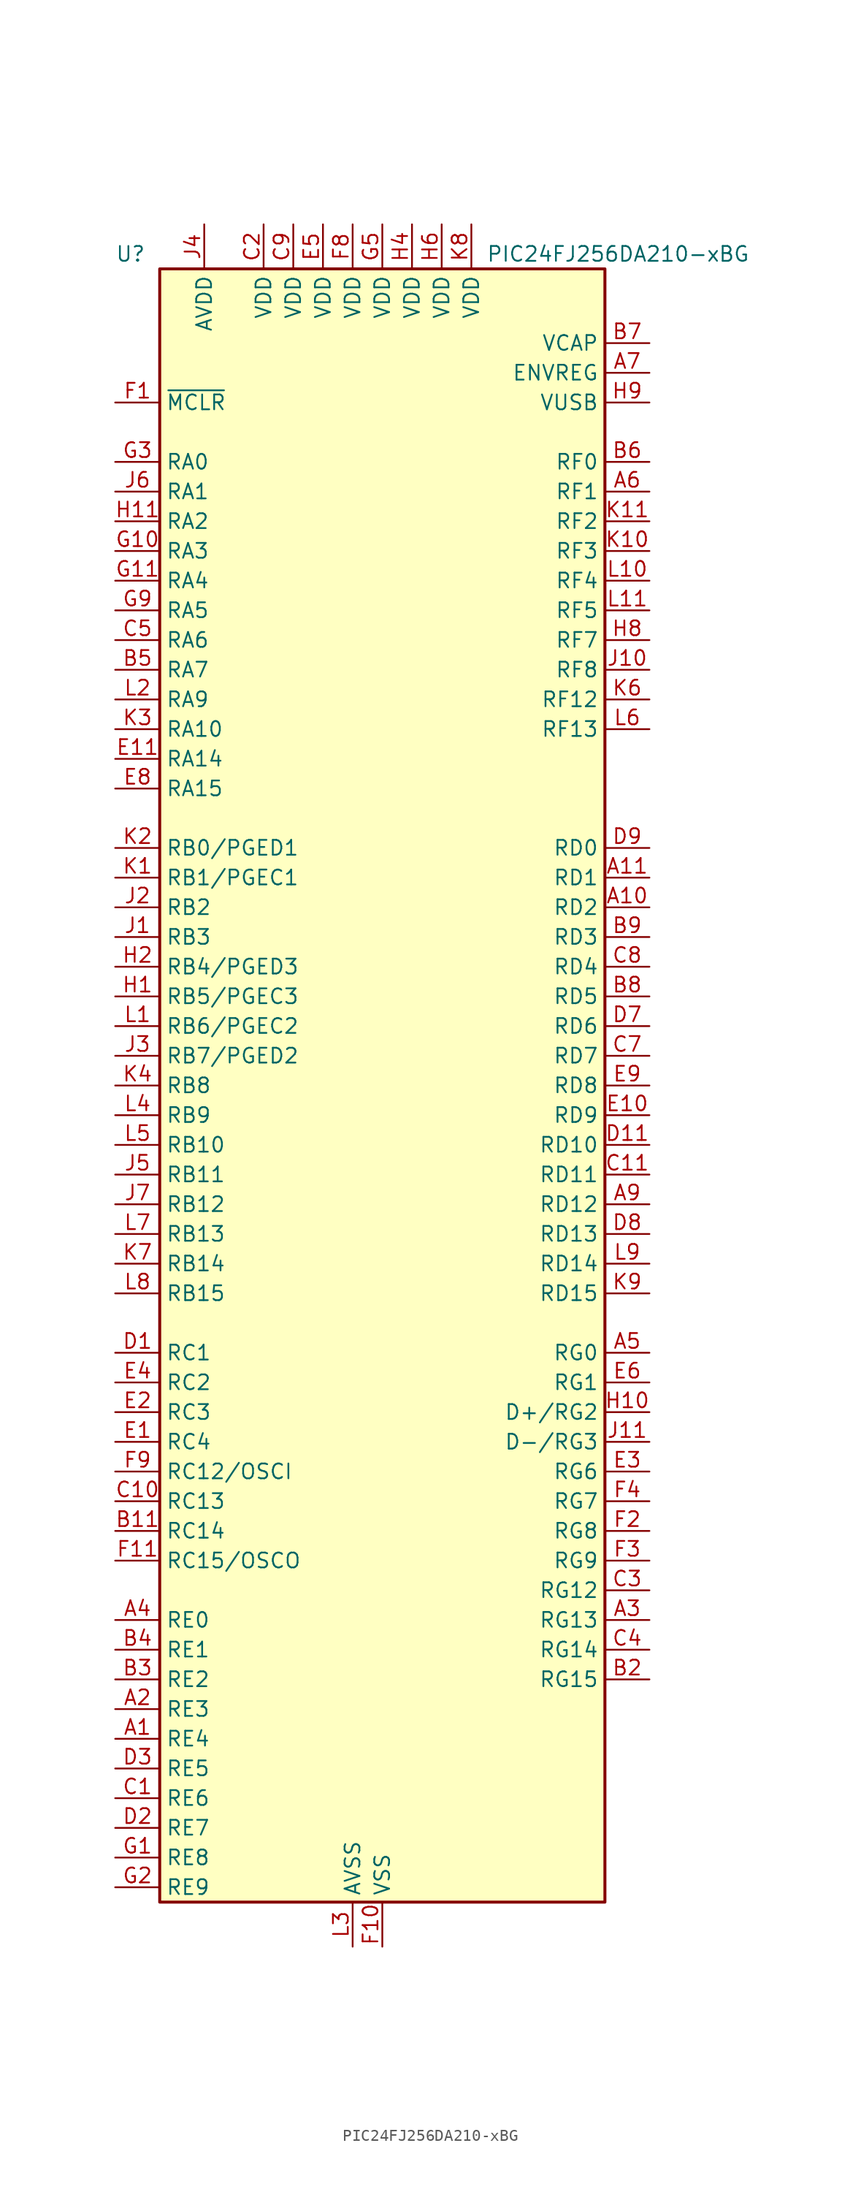
<source format=kicad_sym>
(kicad_symbol_lib
  (version 20231120)
  (generator "kicad_symbol_editor")
  (generator_version "8.0")
  (symbol "PIC24FJ256DA210-xBG"
    (property "Reference" "U"
      (at -22.86 71.12 0)
      (effects (font (size 1.27 1.27)) (justify left)))
    (property "Value" "PIC24FJ256DA210-xBG"
      (at 8.89 71.12 0)
      (effects (font (size 1.27 1.27)) (justify left)))
    (symbol "PIC24FJ256DA210-xBG_1_1"
      (rectangle (start -19.05 69.85) (end 19.05 -69.85) (stroke (width 0.254) (type default)) (fill (type background)))
      (pin bidirectional line (at -22.86 -55.88 0) (length 3.81) (name "RE4" (effects (font (size 1.27 1.27)))) (number "A1" (effects (font (size 1.27 1.27)))))
      (pin bidirectional line (at 22.86 15.24 180) (length 3.81) (name "RD2" (effects (font (size 1.27 1.27)))) (number "A10" (effects (font (size 1.27 1.27)))))
      (pin bidirectional line (at 22.86 17.78 180) (length 3.81) (name "RD1" (effects (font (size 1.27 1.27)))) (number "A11" (effects (font (size 1.27 1.27)))))
      (pin bidirectional line (at -22.86 -53.34 0) (length 3.81) (name "RE3" (effects (font (size 1.27 1.27)))) (number "A2" (effects (font (size 1.27 1.27)))))
      (pin bidirectional line (at 22.86 -45.72 180) (length 3.81) (name "RG13" (effects (font (size 1.27 1.27)))) (number "A3" (effects (font (size 1.27 1.27)))))
      (pin bidirectional line (at -22.86 -45.72 0) (length 3.81) (name "RE0" (effects (font (size 1.27 1.27)))) (number "A4" (effects (font (size 1.27 1.27)))))
      (pin bidirectional line (at 22.86 -22.86 180) (length 3.81) (name "RG0" (effects (font (size 1.27 1.27)))) (number "A5" (effects (font (size 1.27 1.27)))))
      (pin bidirectional line (at 22.86 50.8 180) (length 3.81) (name "RF1" (effects (font (size 1.27 1.27)))) (number "A6" (effects (font (size 1.27 1.27)))))
      (pin input line (at 22.86 60.96 180) (length 3.81) (name "ENVREG" (effects (font (size 1.27 1.27)))) (number "A7" (effects (font (size 1.27 1.27)))))
      (pin no_connect line (at 2.54 -25.4 180) (length 3.81) hide (name "N/C" (effects (font (size 1.27 1.27)))) (number "A8" (effects (font (size 1.27 1.27)))))
      (pin bidirectional line (at 22.86 -10.16 180) (length 3.81) (name "RD12" (effects (font (size 1.27 1.27)))) (number "A9" (effects (font (size 1.27 1.27)))))
      (pin no_connect line (at 2.54 -27.94 180) (length 3.81) hide (name "N/C" (effects (font (size 1.27 1.27)))) (number "B1" (effects (font (size 1.27 1.27)))))
      (pin passive line (at 0 -73.66 90) (length 3.81) hide (name "VSS" (effects (font (size 1.27 1.27)))) (number "B10" (effects (font (size 1.27 1.27)))))
      (pin bidirectional line (at -22.86 -38.1 0) (length 3.81) (name "RC14" (effects (font (size 1.27 1.27)))) (number "B11" (effects (font (size 1.27 1.27)))))
      (pin bidirectional line (at 22.86 -50.8 180) (length 3.81) (name "RG15" (effects (font (size 1.27 1.27)))) (number "B2" (effects (font (size 1.27 1.27)))))
      (pin bidirectional line (at -22.86 -50.8 0) (length 3.81) (name "RE2" (effects (font (size 1.27 1.27)))) (number "B3" (effects (font (size 1.27 1.27)))))
      (pin bidirectional line (at -22.86 -48.26 0) (length 3.81) (name "RE1" (effects (font (size 1.27 1.27)))) (number "B4" (effects (font (size 1.27 1.27)))))
      (pin bidirectional line (at -22.86 35.56 0) (length 3.81) (name "RA7" (effects (font (size 1.27 1.27)))) (number "B5" (effects (font (size 1.27 1.27)))))
      (pin bidirectional line (at 22.86 53.34 180) (length 3.81) (name "RF0" (effects (font (size 1.27 1.27)))) (number "B6" (effects (font (size 1.27 1.27)))))
      (pin passive line (at 22.86 63.5 180) (length 3.81) (name "VCAP" (effects (font (size 1.27 1.27)))) (number "B7" (effects (font (size 1.27 1.27)))))
      (pin bidirectional line (at 22.86 7.62 180) (length 3.81) (name "RD5" (effects (font (size 1.27 1.27)))) (number "B8" (effects (font (size 1.27 1.27)))))
      (pin bidirectional line (at 22.86 12.7 180) (length 3.81) (name "RD3" (effects (font (size 1.27 1.27)))) (number "B9" (effects (font (size 1.27 1.27)))))
      (pin bidirectional line (at -22.86 -60.96 0) (length 3.81) (name "RE6" (effects (font (size 1.27 1.27)))) (number "C1" (effects (font (size 1.27 1.27)))))
      (pin bidirectional line (at -22.86 -35.56 0) (length 3.81) (name "RC13" (effects (font (size 1.27 1.27)))) (number "C10" (effects (font (size 1.27 1.27)))))
      (pin bidirectional line (at 22.86 -7.62 180) (length 3.81) (name "RD11" (effects (font (size 1.27 1.27)))) (number "C11" (effects (font (size 1.27 1.27)))))
      (pin power_in line (at -10.16 73.66 270) (length 3.81) (name "VDD" (effects (font (size 1.27 1.27)))) (number "C2" (effects (font (size 1.27 1.27)))))
      (pin bidirectional line (at 22.86 -43.18 180) (length 3.81) (name "RG12" (effects (font (size 1.27 1.27)))) (number "C3" (effects (font (size 1.27 1.27)))))
      (pin bidirectional line (at 22.86 -48.26 180) (length 3.81) (name "RG14" (effects (font (size 1.27 1.27)))) (number "C4" (effects (font (size 1.27 1.27)))))
      (pin bidirectional line (at -22.86 38.1 0) (length 3.81) (name "RA6" (effects (font (size 1.27 1.27)))) (number "C5" (effects (font (size 1.27 1.27)))))
      (pin no_connect line (at 2.54 -30.48 180) (length 3.81) hide (name "N/C" (effects (font (size 1.27 1.27)))) (number "C6" (effects (font (size 1.27 1.27)))))
      (pin bidirectional line (at 22.86 2.54 180) (length 3.81) (name "RD7" (effects (font (size 1.27 1.27)))) (number "C7" (effects (font (size 1.27 1.27)))))
      (pin bidirectional line (at 22.86 10.16 180) (length 3.81) (name "RD4" (effects (font (size 1.27 1.27)))) (number "C8" (effects (font (size 1.27 1.27)))))
      (pin power_in line (at -7.62 73.66 270) (length 3.81) (name "VDD" (effects (font (size 1.27 1.27)))) (number "C9" (effects (font (size 1.27 1.27)))))
      (pin bidirectional line (at -22.86 -22.86 0) (length 3.81) (name "RC1" (effects (font (size 1.27 1.27)))) (number "D1" (effects (font (size 1.27 1.27)))))
      (pin no_connect line (at 2.54 -35.56 180) (length 3.81) hide (name "N/C" (effects (font (size 1.27 1.27)))) (number "D10" (effects (font (size 1.27 1.27)))))
      (pin bidirectional line (at 22.86 -5.08 180) (length 3.81) (name "RD10" (effects (font (size 1.27 1.27)))) (number "D11" (effects (font (size 1.27 1.27)))))
      (pin bidirectional line (at -22.86 -63.5 0) (length 3.81) (name "RE7" (effects (font (size 1.27 1.27)))) (number "D2" (effects (font (size 1.27 1.27)))))
      (pin bidirectional line (at -22.86 -58.42 0) (length 3.81) (name "RE5" (effects (font (size 1.27 1.27)))) (number "D3" (effects (font (size 1.27 1.27)))))
      (pin passive line (at 0 -73.66 90) (length 3.81) hide (name "VSS" (effects (font (size 1.27 1.27)))) (number "D4" (effects (font (size 1.27 1.27)))))
      (pin passive line (at 0 -73.66 90) (length 3.81) hide (name "VSS" (effects (font (size 1.27 1.27)))) (number "D5" (effects (font (size 1.27 1.27)))))
      (pin no_connect line (at 2.54 -33.02 180) (length 3.81) hide (name "N/C" (effects (font (size 1.27 1.27)))) (number "D6" (effects (font (size 1.27 1.27)))))
      (pin bidirectional line (at 22.86 5.08 180) (length 3.81) (name "RD6" (effects (font (size 1.27 1.27)))) (number "D7" (effects (font (size 1.27 1.27)))))
      (pin bidirectional line (at 22.86 -12.7 180) (length 3.81) (name "RD13" (effects (font (size 1.27 1.27)))) (number "D8" (effects (font (size 1.27 1.27)))))
      (pin bidirectional line (at 22.86 20.32 180) (length 3.81) (name "RD0" (effects (font (size 1.27 1.27)))) (number "D9" (effects (font (size 1.27 1.27)))))
      (pin bidirectional line (at -22.86 -30.48 0) (length 3.81) (name "RC4" (effects (font (size 1.27 1.27)))) (number "E1" (effects (font (size 1.27 1.27)))))
      (pin bidirectional line (at 22.86 -2.54 180) (length 3.81) (name "RD9" (effects (font (size 1.27 1.27)))) (number "E10" (effects (font (size 1.27 1.27)))))
      (pin bidirectional line (at -22.86 27.94 0) (length 3.81) (name "RA14" (effects (font (size 1.27 1.27)))) (number "E11" (effects (font (size 1.27 1.27)))))
      (pin bidirectional line (at -22.86 -27.94 0) (length 3.81) (name "RC3" (effects (font (size 1.27 1.27)))) (number "E2" (effects (font (size 1.27 1.27)))))
      (pin bidirectional line (at 22.86 -33.02 180) (length 3.81) (name "RG6" (effects (font (size 1.27 1.27)))) (number "E3" (effects (font (size 1.27 1.27)))))
      (pin bidirectional line (at -22.86 -25.4 0) (length 3.81) (name "RC2" (effects (font (size 1.27 1.27)))) (number "E4" (effects (font (size 1.27 1.27)))))
      (pin power_in line (at -5.08 73.66 270) (length 3.81) (name "VDD" (effects (font (size 1.27 1.27)))) (number "E5" (effects (font (size 1.27 1.27)))))
      (pin bidirectional line (at 22.86 -25.4 180) (length 3.81) (name "RG1" (effects (font (size 1.27 1.27)))) (number "E6" (effects (font (size 1.27 1.27)))))
      (pin no_connect line (at 2.54 -38.1 180) (length 3.81) hide (name "N/C" (effects (font (size 1.27 1.27)))) (number "E7" (effects (font (size 1.27 1.27)))))
      (pin bidirectional line (at -22.86 25.4 0) (length 3.81) (name "RA15" (effects (font (size 1.27 1.27)))) (number "E8" (effects (font (size 1.27 1.27)))))
      (pin bidirectional line (at 22.86 0 180) (length 3.81) (name "RD8" (effects (font (size 1.27 1.27)))) (number "E9" (effects (font (size 1.27 1.27)))))
      (pin input line (at -22.86 58.42 0) (length 3.81) (name "~{MCLR}" (effects (font (size 1.27 1.27)))) (number "F1" (effects (font (size 1.27 1.27)))))
      (pin power_in line (at 0 -73.66 90) (length 3.81) (name "VSS" (effects (font (size 1.27 1.27)))) (number "F10" (effects (font (size 1.27 1.27)))))
      (pin bidirectional line (at -22.86 -40.64 0) (length 3.81) (name "RC15/OSCO" (effects (font (size 1.27 1.27)))) (number "F11" (effects (font (size 1.27 1.27)))))
      (pin bidirectional line (at 22.86 -38.1 180) (length 3.81) (name "RG8" (effects (font (size 1.27 1.27)))) (number "F2" (effects (font (size 1.27 1.27)))))
      (pin bidirectional line (at 22.86 -40.64 180) (length 3.81) (name "RG9" (effects (font (size 1.27 1.27)))) (number "F3" (effects (font (size 1.27 1.27)))))
      (pin bidirectional line (at 22.86 -35.56 180) (length 3.81) (name "RG7" (effects (font (size 1.27 1.27)))) (number "F4" (effects (font (size 1.27 1.27)))))
      (pin passive line (at 0 -73.66 90) (length 3.81) hide (name "VSS" (effects (font (size 1.27 1.27)))) (number "F5" (effects (font (size 1.27 1.27)))))
      (pin no_connect line (at 2.54 -40.64 180) (length 3.81) hide (name "N/C" (effects (font (size 1.27 1.27)))) (number "F6" (effects (font (size 1.27 1.27)))))
      (pin no_connect line (at 2.54 -43.18 180) (length 3.81) hide (name "N/C" (effects (font (size 1.27 1.27)))) (number "F7" (effects (font (size 1.27 1.27)))))
      (pin power_in line (at -2.54 73.66 270) (length 3.81) (name "VDD" (effects (font (size 1.27 1.27)))) (number "F8" (effects (font (size 1.27 1.27)))))
      (pin bidirectional line (at -22.86 -33.02 0) (length 3.81) (name "RC12/OSCI" (effects (font (size 1.27 1.27)))) (number "F9" (effects (font (size 1.27 1.27)))))
      (pin bidirectional line (at -22.86 -66.04 0) (length 3.81) (name "RE8" (effects (font (size 1.27 1.27)))) (number "G1" (effects (font (size 1.27 1.27)))))
      (pin bidirectional line (at -22.86 45.72 0) (length 3.81) (name "RA3" (effects (font (size 1.27 1.27)))) (number "G10" (effects (font (size 1.27 1.27)))))
      (pin bidirectional line (at -22.86 43.18 0) (length 3.81) (name "RA4" (effects (font (size 1.27 1.27)))) (number "G11" (effects (font (size 1.27 1.27)))))
      (pin bidirectional line (at -22.86 -68.58 0) (length 3.81) (name "RE9" (effects (font (size 1.27 1.27)))) (number "G2" (effects (font (size 1.27 1.27)))))
      (pin bidirectional line (at -22.86 53.34 0) (length 3.81) (name "RA0" (effects (font (size 1.27 1.27)))) (number "G3" (effects (font (size 1.27 1.27)))))
      (pin no_connect line (at 2.54 -45.72 180) (length 3.81) hide (name "N/C" (effects (font (size 1.27 1.27)))) (number "G4" (effects (font (size 1.27 1.27)))))
      (pin power_in line (at 0 73.66 270) (length 3.81) (name "VDD" (effects (font (size 1.27 1.27)))) (number "G5" (effects (font (size 1.27 1.27)))))
      (pin passive line (at 0 -73.66 90) (length 3.81) hide (name "VSS" (effects (font (size 1.27 1.27)))) (number "G6" (effects (font (size 1.27 1.27)))))
      (pin passive line (at 0 -73.66 90) (length 3.81) hide (name "VSS" (effects (font (size 1.27 1.27)))) (number "G7" (effects (font (size 1.27 1.27)))))
      (pin no_connect line (at 2.54 -48.26 180) (length 3.81) hide (name "N/C" (effects (font (size 1.27 1.27)))) (number "G8" (effects (font (size 1.27 1.27)))))
      (pin bidirectional line (at -22.86 40.64 0) (length 3.81) (name "RA5" (effects (font (size 1.27 1.27)))) (number "G9" (effects (font (size 1.27 1.27)))))
      (pin bidirectional line (at -22.86 7.62 0) (length 3.81) (name "RB5/PGEC3" (effects (font (size 1.27 1.27)))) (number "H1" (effects (font (size 1.27 1.27)))))
      (pin bidirectional line (at 22.86 -27.94 180) (length 3.81) (name "D+/RG2" (effects (font (size 1.27 1.27)))) (number "H10" (effects (font (size 1.27 1.27)))))
      (pin bidirectional line (at -22.86 48.26 0) (length 3.81) (name "RA2" (effects (font (size 1.27 1.27)))) (number "H11" (effects (font (size 1.27 1.27)))))
      (pin bidirectional line (at -22.86 10.16 0) (length 3.81) (name "RB4/PGED3" (effects (font (size 1.27 1.27)))) (number "H2" (effects (font (size 1.27 1.27)))))
      (pin passive line (at 0 -73.66 90) (length 3.81) hide (name "VSS" (effects (font (size 1.27 1.27)))) (number "H3" (effects (font (size 1.27 1.27)))))
      (pin power_in line (at 2.54 73.66 270) (length 3.81) (name "VDD" (effects (font (size 1.27 1.27)))) (number "H4" (effects (font (size 1.27 1.27)))))
      (pin no_connect line (at 2.54 -50.8 180) (length 3.81) hide (name "N/C" (effects (font (size 1.27 1.27)))) (number "H5" (effects (font (size 1.27 1.27)))))
      (pin power_in line (at 5.08 73.66 270) (length 3.81) (name "VDD" (effects (font (size 1.27 1.27)))) (number "H6" (effects (font (size 1.27 1.27)))))
      (pin no_connect line (at 2.54 -53.34 180) (length 3.81) hide (name "N/C" (effects (font (size 1.27 1.27)))) (number "H7" (effects (font (size 1.27 1.27)))))
      (pin bidirectional line (at 22.86 38.1 180) (length 3.81) (name "RF7" (effects (font (size 1.27 1.27)))) (number "H8" (effects (font (size 1.27 1.27)))))
      (pin bidirectional line (at 22.86 58.42 180) (length 3.81) (name "VUSB" (effects (font (size 1.27 1.27)))) (number "H9" (effects (font (size 1.27 1.27)))))
      (pin bidirectional line (at -22.86 12.7 0) (length 3.81) (name "RB3" (effects (font (size 1.27 1.27)))) (number "J1" (effects (font (size 1.27 1.27)))))
      (pin bidirectional line (at 22.86 35.56 180) (length 3.81) (name "RF8" (effects (font (size 1.27 1.27)))) (number "J10" (effects (font (size 1.27 1.27)))))
      (pin bidirectional line (at 22.86 -30.48 180) (length 3.81) (name "D-/RG3" (effects (font (size 1.27 1.27)))) (number "J11" (effects (font (size 1.27 1.27)))))
      (pin bidirectional line (at -22.86 15.24 0) (length 3.81) (name "RB2" (effects (font (size 1.27 1.27)))) (number "J2" (effects (font (size 1.27 1.27)))))
      (pin bidirectional line (at -22.86 2.54 0) (length 3.81) (name "RB7/PGED2" (effects (font (size 1.27 1.27)))) (number "J3" (effects (font (size 1.27 1.27)))))
      (pin power_in line (at -15.24 73.66 270) (length 3.81) (name "AVDD" (effects (font (size 1.27 1.27)))) (number "J4" (effects (font (size 1.27 1.27)))))
      (pin bidirectional line (at -22.86 -7.62 0) (length 3.81) (name "RB11" (effects (font (size 1.27 1.27)))) (number "J5" (effects (font (size 1.27 1.27)))))
      (pin bidirectional line (at -22.86 50.8 0) (length 3.81) (name "RA1" (effects (font (size 1.27 1.27)))) (number "J6" (effects (font (size 1.27 1.27)))))
      (pin bidirectional line (at -22.86 -10.16 0) (length 3.81) (name "RB12" (effects (font (size 1.27 1.27)))) (number "J7" (effects (font (size 1.27 1.27)))))
      (pin no_connect line (at 2.54 -55.88 180) (length 3.81) hide (name "N/C" (effects (font (size 1.27 1.27)))) (number "J8" (effects (font (size 1.27 1.27)))))
      (pin no_connect line (at 2.54 -58.42 180) (length 3.81) hide (name "N/C" (effects (font (size 1.27 1.27)))) (number "J9" (effects (font (size 1.27 1.27)))))
      (pin bidirectional line (at -22.86 17.78 0) (length 3.81) (name "RB1/PGEC1" (effects (font (size 1.27 1.27)))) (number "K1" (effects (font (size 1.27 1.27)))))
      (pin bidirectional line (at 22.86 45.72 180) (length 3.81) (name "RF3" (effects (font (size 1.27 1.27)))) (number "K10" (effects (font (size 1.27 1.27)))))
      (pin bidirectional line (at 22.86 48.26 180) (length 3.81) (name "RF2" (effects (font (size 1.27 1.27)))) (number "K11" (effects (font (size 1.27 1.27)))))
      (pin bidirectional line (at -22.86 20.32 0) (length 3.81) (name "RB0/PGED1" (effects (font (size 1.27 1.27)))) (number "K2" (effects (font (size 1.27 1.27)))))
      (pin bidirectional line (at -22.86 30.48 0) (length 3.81) (name "RA10" (effects (font (size 1.27 1.27)))) (number "K3" (effects (font (size 1.27 1.27)))))
      (pin bidirectional line (at -22.86 0 0) (length 3.81) (name "RB8" (effects (font (size 1.27 1.27)))) (number "K4" (effects (font (size 1.27 1.27)))))
      (pin no_connect line (at 2.54 -60.96 180) (length 3.81) hide (name "N/C" (effects (font (size 1.27 1.27)))) (number "K5" (effects (font (size 1.27 1.27)))))
      (pin bidirectional line (at 22.86 33.02 180) (length 3.81) (name "RF12" (effects (font (size 1.27 1.27)))) (number "K6" (effects (font (size 1.27 1.27)))))
      (pin bidirectional line (at -22.86 -15.24 0) (length 3.81) (name "RB14" (effects (font (size 1.27 1.27)))) (number "K7" (effects (font (size 1.27 1.27)))))
      (pin power_in line (at 7.62 73.66 270) (length 3.81) (name "VDD" (effects (font (size 1.27 1.27)))) (number "K8" (effects (font (size 1.27 1.27)))))
      (pin bidirectional line (at 22.86 -17.78 180) (length 3.81) (name "RD15" (effects (font (size 1.27 1.27)))) (number "K9" (effects (font (size 1.27 1.27)))))
      (pin bidirectional line (at -22.86 5.08 0) (length 3.81) (name "RB6/PGEC2" (effects (font (size 1.27 1.27)))) (number "L1" (effects (font (size 1.27 1.27)))))
      (pin bidirectional line (at 22.86 43.18 180) (length 3.81) (name "RF4" (effects (font (size 1.27 1.27)))) (number "L10" (effects (font (size 1.27 1.27)))))
      (pin bidirectional line (at 22.86 40.64 180) (length 3.81) (name "RF5" (effects (font (size 1.27 1.27)))) (number "L11" (effects (font (size 1.27 1.27)))))
      (pin bidirectional line (at -22.86 33.02 0) (length 3.81) (name "RA9" (effects (font (size 1.27 1.27)))) (number "L2" (effects (font (size 1.27 1.27)))))
      (pin power_in line (at -2.54 -73.66 90) (length 3.81) (name "AVSS" (effects (font (size 1.27 1.27)))) (number "L3" (effects (font (size 1.27 1.27)))))
      (pin bidirectional line (at -22.86 -2.54 0) (length 3.81) (name "RB9" (effects (font (size 1.27 1.27)))) (number "L4" (effects (font (size 1.27 1.27)))))
      (pin bidirectional line (at -22.86 -5.08 0) (length 3.81) (name "RB10" (effects (font (size 1.27 1.27)))) (number "L5" (effects (font (size 1.27 1.27)))))
      (pin bidirectional line (at 22.86 30.48 180) (length 3.81) (name "RF13" (effects (font (size 1.27 1.27)))) (number "L6" (effects (font (size 1.27 1.27)))))
      (pin bidirectional line (at -22.86 -12.7 0) (length 3.81) (name "RB13" (effects (font (size 1.27 1.27)))) (number "L7" (effects (font (size 1.27 1.27)))))
      (pin bidirectional line (at -22.86 -17.78 0) (length 3.81) (name "RB15" (effects (font (size 1.27 1.27)))) (number "L8" (effects (font (size 1.27 1.27)))))
      (pin bidirectional line (at 22.86 -15.24 180) (length 3.81) (name "RD14" (effects (font (size 1.27 1.27)))) (number "L9" (effects (font (size 1.27 1.27))))))))
</source>
